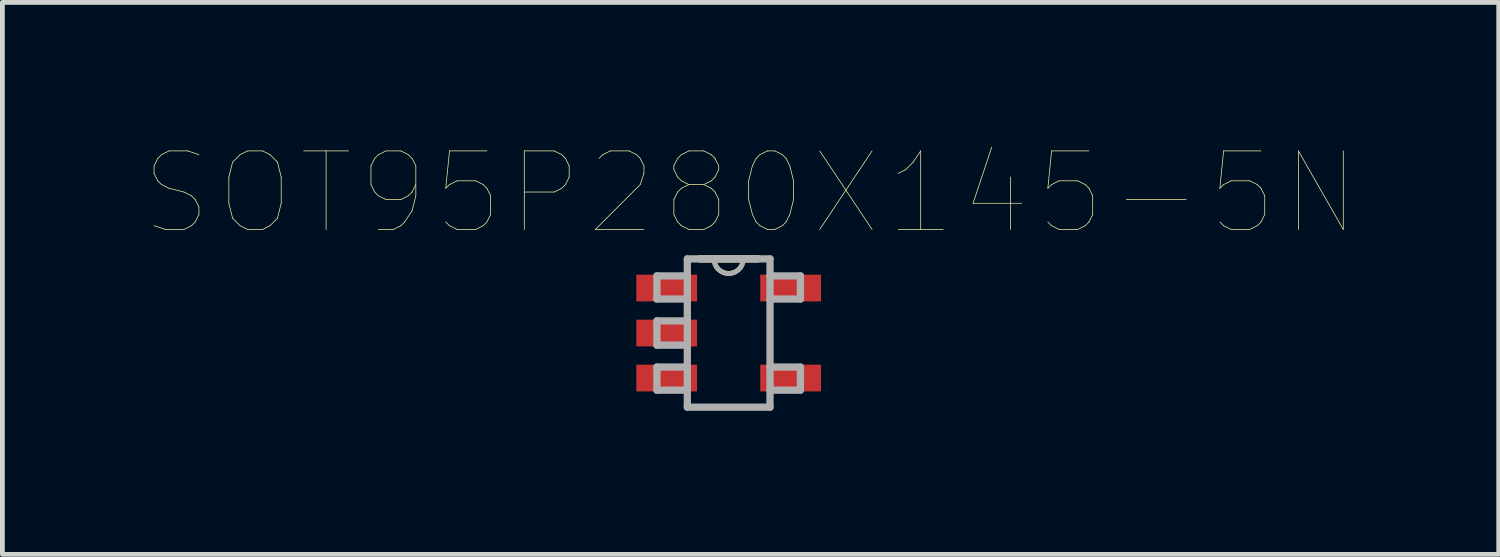
<source format=kicad_pcb>
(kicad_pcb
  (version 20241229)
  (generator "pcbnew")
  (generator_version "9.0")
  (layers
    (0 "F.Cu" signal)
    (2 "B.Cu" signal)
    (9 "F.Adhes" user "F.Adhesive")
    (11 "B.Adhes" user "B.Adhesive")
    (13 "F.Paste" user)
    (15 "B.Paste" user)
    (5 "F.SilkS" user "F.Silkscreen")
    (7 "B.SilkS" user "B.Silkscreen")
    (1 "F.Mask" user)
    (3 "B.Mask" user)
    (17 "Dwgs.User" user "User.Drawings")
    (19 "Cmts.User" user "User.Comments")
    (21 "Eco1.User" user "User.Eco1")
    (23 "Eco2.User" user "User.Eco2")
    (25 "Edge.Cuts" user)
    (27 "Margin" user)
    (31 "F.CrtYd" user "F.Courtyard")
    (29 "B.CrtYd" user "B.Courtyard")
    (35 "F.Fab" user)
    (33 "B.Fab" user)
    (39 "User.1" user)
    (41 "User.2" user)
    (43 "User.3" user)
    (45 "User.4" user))
  (footprint "SOT95P280X145-5N"
    (layer "F.Cu")
    (at 12.176 3.909)
    (property "Reference" "SOT95P280X145-5N" (at 0.457 -2.923 0) (layer "F.SilkS") (effects (font (size 1.641 1.641) (thickness 0.015))))
    (attr through_hole)
    (fp_line (start -0.305 -1.549) (end -0.61 -1.549) (stroke (width 0.152) (type solid)) (layer "F.SilkS"))
    (fp_line (start 0.305 -1.549) (end -0.305 -1.549) (stroke (width 0.152) (type solid)) (layer "F.SilkS"))
    (fp_line (start 0.61 -1.549) (end 0.305 -1.549) (stroke (width 0.152) (type solid)) (layer "F.SilkS"))
    (fp_arc (start 0.3048 -1.5494) (mid 0 -1.2446) (end -0.3048 -1.5494) (stroke (width 0.1) (type solid)) (layer "F.SilkS"))
    (fp_line (start -1.499 -1.194) (end -1.499 -0.711) (stroke (width 0.152) (type solid)) (layer "F.Fab"))
    (fp_line (start -1.499 -0.711) (end -0.864 -0.711) (stroke (width 0.152) (type solid)) (layer "F.Fab"))
    (fp_line (start -1.499 -0.254) (end -1.499 0.254) (stroke (width 0.152) (type solid)) (layer "F.Fab"))
    (fp_line (start -1.499 0.254) (end -0.864 0.254) (stroke (width 0.152) (type solid)) (layer "F.Fab"))
    (fp_line (start -1.499 0.711) (end -1.499 1.194) (stroke (width 0.152) (type solid)) (layer "F.Fab"))
    (fp_line (start -1.499 1.194) (end -0.864 1.194) (stroke (width 0.152) (type solid)) (layer "F.Fab"))
    (fp_line (start -0.864 -1.549) (end -0.864 -1.194) (stroke (width 0.152) (type solid)) (layer "F.Fab"))
    (fp_line (start -0.864 -1.194) (end -1.499 -1.194) (stroke (width 0.152) (type solid)) (layer "F.Fab"))
    (fp_line (start -0.864 -1.194) (end -0.864 -0.711) (stroke (width 0.152) (type solid)) (layer "F.Fab"))
    (fp_line (start -0.864 -0.711) (end -0.864 -0.254) (stroke (width 0.152) (type solid)) (layer "F.Fab"))
    (fp_line (start -0.864 -0.254) (end -1.499 -0.254) (stroke (width 0.152) (type solid)) (layer "F.Fab"))
    (fp_line (start -0.864 -0.254) (end -0.864 0.254) (stroke (width 0.152) (type solid)) (layer "F.Fab"))
    (fp_line (start -0.864 0.254) (end -0.864 0.711) (stroke (width 0.152) (type solid)) (layer "F.Fab"))
    (fp_line (start -0.864 0.711) (end -1.499 0.711) (stroke (width 0.152) (type solid)) (layer "F.Fab"))
    (fp_line (start -0.864 1.194) (end -0.864 0.711) (stroke (width 0.152) (type solid)) (layer "F.Fab"))
    (fp_line (start -0.864 1.549) (end -0.864 1.194) (stroke (width 0.152) (type solid)) (layer "F.Fab"))
    (fp_line (start -0.864 1.549) (end 0.864 1.549) (stroke (width 0.152) (type solid)) (layer "F.Fab"))
    (fp_line (start -0.305 -1.549) (end -0.864 -1.549) (stroke (width 0.152) (type solid)) (layer "F.Fab"))
    (fp_line (start 0.305 -1.549) (end -0.305 -1.549) (stroke (width 0.152) (type solid)) (layer "F.Fab"))
    (fp_line (start 0.864 -1.549) (end 0.305 -1.549) (stroke (width 0.152) (type solid)) (layer "F.Fab"))
    (fp_line (start 0.864 -1.549) (end 0.864 -1.194) (stroke (width 0.152) (type solid)) (layer "F.Fab"))
    (fp_line (start 0.864 -1.194) (end 0.864 -0.711) (stroke (width 0.152) (type solid)) (layer "F.Fab"))
    (fp_line (start 0.864 -0.711) (end 1.499 -0.711) (stroke (width 0.152) (type solid)) (layer "F.Fab"))
    (fp_line (start 0.864 0.711) (end 0.864 -0.711) (stroke (width 0.152) (type solid)) (layer "F.Fab"))
    (fp_line (start 0.864 1.194) (end 0.864 0.711) (stroke (width 0.152) (type solid)) (layer "F.Fab"))
    (fp_line (start 0.864 1.194) (end 1.499 1.194) (stroke (width 0.152) (type solid)) (layer "F.Fab"))
    (fp_line (start 0.864 1.549) (end 0.864 1.194) (stroke (width 0.152) (type solid)) (layer "F.Fab"))
    (fp_line (start 1.499 -1.194) (end 0.864 -1.194) (stroke (width 0.152) (type solid)) (layer "F.Fab"))
    (fp_line (start 1.499 -0.711) (end 1.499 -1.194) (stroke (width 0.152) (type solid)) (layer "F.Fab"))
    (fp_line (start 1.499 0.711) (end 0.864 0.711) (stroke (width 0.152) (type solid)) (layer "F.Fab"))
    (fp_line (start 1.499 1.194) (end 1.499 0.711) (stroke (width 0.152) (type solid)) (layer "F.Fab"))
    (fp_arc (start 0.3048 -1.5494) (mid 0 -1.2446) (end -0.3048 -1.5494) (stroke (width 0.1) (type solid)) (layer "F.Fab"))
    (pad "1" smd rect (at -1.295 -0.94) (size 1.27 0.559) (layers "F.Cu" "F.Mask" "F.Paste"))
    (pad "2" smd rect (at -1.295 0) (size 1.27 0.559) (layers "F.Cu" "F.Mask" "F.Paste"))
    (pad "3" smd rect (at -1.295 0.94) (size 1.27 0.559) (layers "F.Cu" "F.Mask" "F.Paste"))
    (pad "4" smd rect (at 1.295 0.94) (size 1.27 0.559) (layers "F.Cu" "F.Mask" "F.Paste"))
    (pad "5" smd rect (at 1.295 -0.94) (size 1.27 0.559) (layers "F.Cu" "F.Mask" "F.Paste")))
  (gr_rect
    (start -3 -3)
    (end 28.267 8.534)
    (stroke (width 0.1) (type default))
    (fill no)
    (layer "Edge.Cuts")))
</source>
